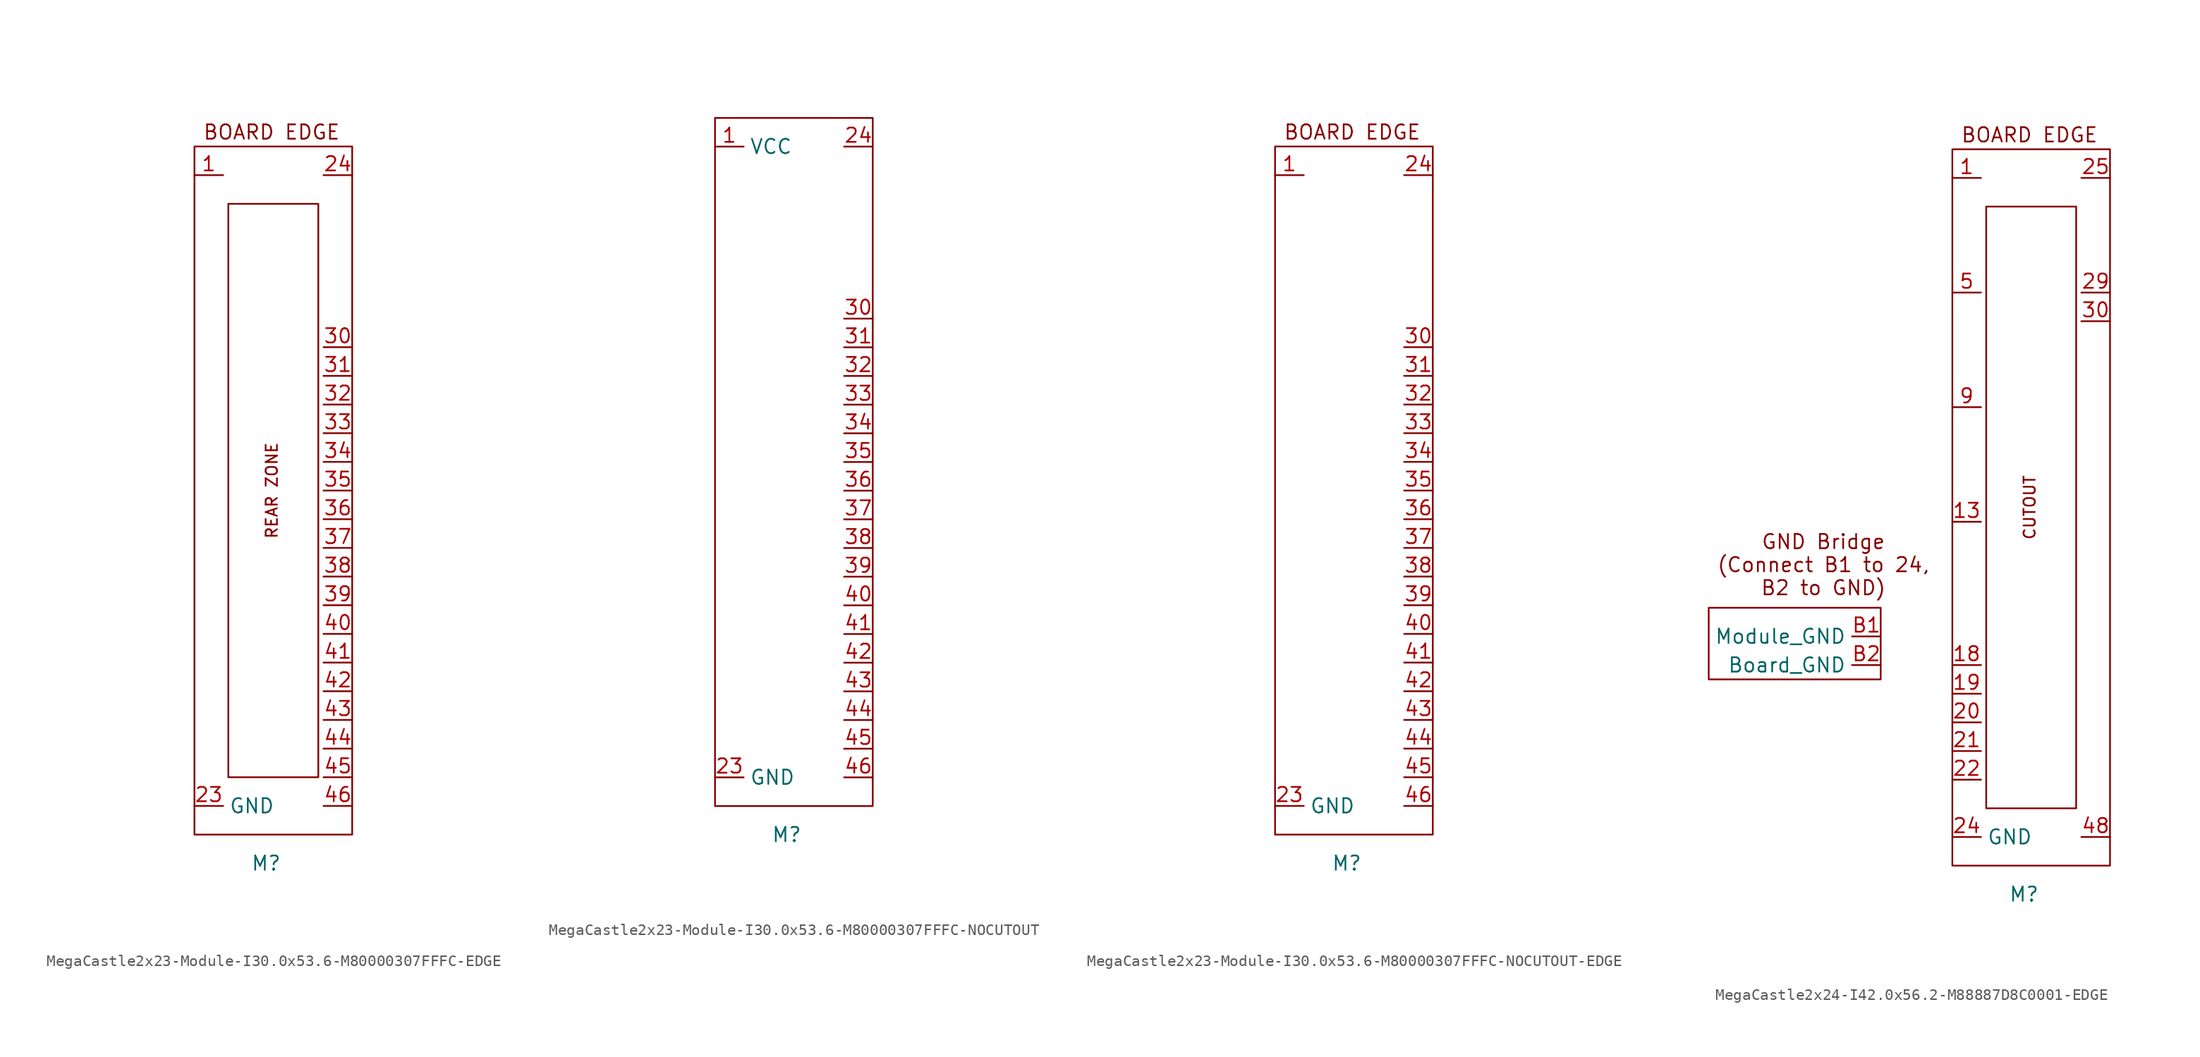
<source format=kicad_sym>
(kicad_symbol_lib
  (version 20241209)
  (generator "kicad_symbol_editor")
  (generator_version "9.0")
  (symbol "MegaCastle2x23-Module-I30.0x53.6-M80000307FFFC-EDGE"
    (property "Reference" "M"
      (at 0 -33.02 0)
      (effects (font (size 1.27 1.27))))
    (property "Value" ""
      (at 0 5.08 0)
      (effects (font (size 1.27 1.27))))
    (symbol "MegaCastle2x23-Module-I30.0x53.6-M80000307FFFC-EDGE_0_1"
      (rectangle (start -6.35 30.48) (end 7.62 -30.48) (stroke (width 0) (type default)) (fill (type none)))
      (rectangle (start -3.35 25.4) (end 4.62 -25.4) (stroke (width 0) (type default)) (fill (type none))))
    (symbol "MegaCastle2x23-Module-I30.0x53.6-M80000307FFFC-EDGE_1_1"
      (text " BOARD EDGE" (at 0 31.75 0) (effects (font (size 1.27 1.27))))
      (text "REAR ZONE" (at 0.5 0 900) (effects (font (size 1 1))))
      (pin bidirectional line (at -6.35 27.94 0) (length 2.54) (name "" (effects (font (size 1.27 1.27)))) (number "1" (effects (font (size 1.27 1.27)))))
      (pin bidirectional line (at -6.35 -27.94 0) (length 2.54) (name "GND" (effects (font (size 1.27 1.27)))) (number "23" (effects (font (size 1.27 1.27)))))
      (pin bidirectional line (at 7.62 27.94 180) (length 2.54) (name "" (effects (font (size 1.27 1.27)))) (number "24" (effects (font (size 1.27 1.27)))))
      (pin bidirectional line (at 7.62 12.7 180) (length 2.54) (name "" (effects (font (size 1.27 1.27)))) (number "30" (effects (font (size 1.27 1.27)))))
      (pin bidirectional line (at 7.62 10.16 180) (length 2.54) (name "" (effects (font (size 1.27 1.27)))) (number "31" (effects (font (size 1.27 1.27)))))
      (pin bidirectional line (at 7.62 7.62 180) (length 2.54) (name "" (effects (font (size 1.27 1.27)))) (number "32" (effects (font (size 1.27 1.27)))))
      (pin bidirectional line (at 7.62 5.08 180) (length 2.54) (name "" (effects (font (size 1.27 1.27)))) (number "33" (effects (font (size 1.27 1.27)))))
      (pin bidirectional line (at 7.62 2.54 180) (length 2.54) (name "" (effects (font (size 1.27 1.27)))) (number "34" (effects (font (size 1.27 1.27)))))
      (pin bidirectional line (at 7.62 0 180) (length 2.54) (name "" (effects (font (size 1.27 1.27)))) (number "35" (effects (font (size 1.27 1.27)))))
      (pin bidirectional line (at 7.62 -2.54 180) (length 2.54) (name "" (effects (font (size 1.27 1.27)))) (number "36" (effects (font (size 1.27 1.27)))))
      (pin bidirectional line (at 7.62 -5.08 180) (length 2.54) (name "" (effects (font (size 1.27 1.27)))) (number "37" (effects (font (size 1.27 1.27)))))
      (pin bidirectional line (at 7.62 -7.62 180) (length 2.54) (name "" (effects (font (size 1.27 1.27)))) (number "38" (effects (font (size 1.27 1.27)))))
      (pin bidirectional line (at 7.62 -10.16 180) (length 2.54) (name "" (effects (font (size 1.27 1.27)))) (number "39" (effects (font (size 1.27 1.27)))))
      (pin bidirectional line (at 7.62 -12.7 180) (length 2.54) (name "" (effects (font (size 1.27 1.27)))) (number "40" (effects (font (size 1.27 1.27)))))
      (pin bidirectional line (at 7.62 -15.24 180) (length 2.54) (name "" (effects (font (size 1.27 1.27)))) (number "41" (effects (font (size 1.27 1.27)))))
      (pin bidirectional line (at 7.62 -17.78 180) (length 2.54) (name "" (effects (font (size 1.27 1.27)))) (number "42" (effects (font (size 1.27 1.27)))))
      (pin bidirectional line (at 7.62 -20.32 180) (length 2.54) (name "" (effects (font (size 1.27 1.27)))) (number "43" (effects (font (size 1.27 1.27)))))
      (pin bidirectional line (at 7.62 -22.86 180) (length 2.54) (name "" (effects (font (size 1.27 1.27)))) (number "44" (effects (font (size 1.27 1.27)))))
      (pin bidirectional line (at 7.62 -25.4 180) (length 2.54) (name "" (effects (font (size 1.27 1.27)))) (number "45" (effects (font (size 1.27 1.27)))))
      (pin bidirectional line (at 7.62 -27.94 180) (length 2.54) (name "" (effects (font (size 1.27 1.27)))) (number "46" (effects (font (size 1.27 1.27)))))))
  (symbol "MegaCastle2x23-Module-I30.0x53.6-M80000307FFFC-NOCUTOUT"
    (property "Reference" "M"
      (at 0 -33.02 0)
      (effects (font (size 1.27 1.27))))
    (property "Value" ""
      (at 0 5.08 0)
      (effects (font (size 1.27 1.27))))
    (symbol "MegaCastle2x23-Module-I30.0x53.6-M80000307FFFC-NOCUTOUT_0_1"
      (rectangle (start -6.35 30.48) (end 7.62 -30.48) (stroke (width 0) (type default)) (fill (type none))))
    (symbol "MegaCastle2x23-Module-I30.0x53.6-M80000307FFFC-NOCUTOUT_1_1"
      (pin bidirectional line (at -6.35 27.94 0) (length 2.54) (name "VCC" (effects (font (size 1.27 1.27)))) (number "1" (effects (font (size 1.27 1.27)))))
      (pin bidirectional line (at -6.35 -27.94 0) (length 2.54) (name "GND" (effects (font (size 1.27 1.27)))) (number "23" (effects (font (size 1.27 1.27)))))
      (pin bidirectional line (at 7.62 27.94 180) (length 2.54) (name "" (effects (font (size 1.27 1.27)))) (number "24" (effects (font (size 1.27 1.27)))))
      (pin bidirectional line (at 7.62 12.7 180) (length 2.54) (name "" (effects (font (size 1.27 1.27)))) (number "30" (effects (font (size 1.27 1.27)))))
      (pin bidirectional line (at 7.62 10.16 180) (length 2.54) (name "" (effects (font (size 1.27 1.27)))) (number "31" (effects (font (size 1.27 1.27)))))
      (pin bidirectional line (at 7.62 7.62 180) (length 2.54) (name "" (effects (font (size 1.27 1.27)))) (number "32" (effects (font (size 1.27 1.27)))))
      (pin bidirectional line (at 7.62 5.08 180) (length 2.54) (name "" (effects (font (size 1.27 1.27)))) (number "33" (effects (font (size 1.27 1.27)))))
      (pin bidirectional line (at 7.62 2.54 180) (length 2.54) (name "" (effects (font (size 1.27 1.27)))) (number "34" (effects (font (size 1.27 1.27)))))
      (pin bidirectional line (at 7.62 0 180) (length 2.54) (name "" (effects (font (size 1.27 1.27)))) (number "35" (effects (font (size 1.27 1.27)))))
      (pin bidirectional line (at 7.62 -2.54 180) (length 2.54) (name "" (effects (font (size 1.27 1.27)))) (number "36" (effects (font (size 1.27 1.27)))))
      (pin bidirectional line (at 7.62 -5.08 180) (length 2.54) (name "" (effects (font (size 1.27 1.27)))) (number "37" (effects (font (size 1.27 1.27)))))
      (pin bidirectional line (at 7.62 -7.62 180) (length 2.54) (name "" (effects (font (size 1.27 1.27)))) (number "38" (effects (font (size 1.27 1.27)))))
      (pin bidirectional line (at 7.62 -10.16 180) (length 2.54) (name "" (effects (font (size 1.27 1.27)))) (number "39" (effects (font (size 1.27 1.27)))))
      (pin bidirectional line (at 7.62 -12.7 180) (length 2.54) (name "" (effects (font (size 1.27 1.27)))) (number "40" (effects (font (size 1.27 1.27)))))
      (pin bidirectional line (at 7.62 -15.24 180) (length 2.54) (name "" (effects (font (size 1.27 1.27)))) (number "41" (effects (font (size 1.27 1.27)))))
      (pin bidirectional line (at 7.62 -17.78 180) (length 2.54) (name "" (effects (font (size 1.27 1.27)))) (number "42" (effects (font (size 1.27 1.27)))))
      (pin bidirectional line (at 7.62 -20.32 180) (length 2.54) (name "" (effects (font (size 1.27 1.27)))) (number "43" (effects (font (size 1.27 1.27)))))
      (pin bidirectional line (at 7.62 -22.86 180) (length 2.54) (name "" (effects (font (size 1.27 1.27)))) (number "44" (effects (font (size 1.27 1.27)))))
      (pin bidirectional line (at 7.62 -25.4 180) (length 2.54) (name "" (effects (font (size 1.27 1.27)))) (number "45" (effects (font (size 1.27 1.27)))))
      (pin bidirectional line (at 7.62 -27.94 180) (length 2.54) (name "" (effects (font (size 1.27 1.27)))) (number "46" (effects (font (size 1.27 1.27)))))))
  (symbol "MegaCastle2x23-Module-I30.0x53.6-M80000307FFFC-NOCUTOUT-EDGE"
    (property "Reference" "M"
      (at 0 -33.02 0)
      (effects (font (size 1.27 1.27))))
    (property "Value" ""
      (at 0 5.08 0)
      (effects (font (size 1.27 1.27))))
    (symbol "MegaCastle2x23-Module-I30.0x53.6-M80000307FFFC-NOCUTOUT-EDGE_0_1"
      (rectangle (start -6.35 30.48) (end 7.62 -30.48) (stroke (width 0) (type default)) (fill (type none))))
    (symbol "MegaCastle2x23-Module-I30.0x53.6-M80000307FFFC-NOCUTOUT-EDGE_1_1"
      (text " BOARD EDGE" (at 0 31.75 0) (effects (font (size 1.27 1.27))))
      (pin bidirectional line (at -6.35 27.94 0) (length 2.54) (name "" (effects (font (size 1.27 1.27)))) (number "1" (effects (font (size 1.27 1.27)))))
      (pin bidirectional line (at -6.35 -27.94 0) (length 2.54) (name "GND" (effects (font (size 1.27 1.27)))) (number "23" (effects (font (size 1.27 1.27)))))
      (pin bidirectional line (at 7.62 27.94 180) (length 2.54) (name "" (effects (font (size 1.27 1.27)))) (number "24" (effects (font (size 1.27 1.27)))))
      (pin bidirectional line (at 7.62 12.7 180) (length 2.54) (name "" (effects (font (size 1.27 1.27)))) (number "30" (effects (font (size 1.27 1.27)))))
      (pin bidirectional line (at 7.62 10.16 180) (length 2.54) (name "" (effects (font (size 1.27 1.27)))) (number "31" (effects (font (size 1.27 1.27)))))
      (pin bidirectional line (at 7.62 7.62 180) (length 2.54) (name "" (effects (font (size 1.27 1.27)))) (number "32" (effects (font (size 1.27 1.27)))))
      (pin bidirectional line (at 7.62 5.08 180) (length 2.54) (name "" (effects (font (size 1.27 1.27)))) (number "33" (effects (font (size 1.27 1.27)))))
      (pin bidirectional line (at 7.62 2.54 180) (length 2.54) (name "" (effects (font (size 1.27 1.27)))) (number "34" (effects (font (size 1.27 1.27)))))
      (pin bidirectional line (at 7.62 0 180) (length 2.54) (name "" (effects (font (size 1.27 1.27)))) (number "35" (effects (font (size 1.27 1.27)))))
      (pin bidirectional line (at 7.62 -2.54 180) (length 2.54) (name "" (effects (font (size 1.27 1.27)))) (number "36" (effects (font (size 1.27 1.27)))))
      (pin bidirectional line (at 7.62 -5.08 180) (length 2.54) (name "" (effects (font (size 1.27 1.27)))) (number "37" (effects (font (size 1.27 1.27)))))
      (pin bidirectional line (at 7.62 -7.62 180) (length 2.54) (name "" (effects (font (size 1.27 1.27)))) (number "38" (effects (font (size 1.27 1.27)))))
      (pin bidirectional line (at 7.62 -10.16 180) (length 2.54) (name "" (effects (font (size 1.27 1.27)))) (number "39" (effects (font (size 1.27 1.27)))))
      (pin bidirectional line (at 7.62 -12.7 180) (length 2.54) (name "" (effects (font (size 1.27 1.27)))) (number "40" (effects (font (size 1.27 1.27)))))
      (pin bidirectional line (at 7.62 -15.24 180) (length 2.54) (name "" (effects (font (size 1.27 1.27)))) (number "41" (effects (font (size 1.27 1.27)))))
      (pin bidirectional line (at 7.62 -17.78 180) (length 2.54) (name "" (effects (font (size 1.27 1.27)))) (number "42" (effects (font (size 1.27 1.27)))))
      (pin bidirectional line (at 7.62 -20.32 180) (length 2.54) (name "" (effects (font (size 1.27 1.27)))) (number "43" (effects (font (size 1.27 1.27)))))
      (pin bidirectional line (at 7.62 -22.86 180) (length 2.54) (name "" (effects (font (size 1.27 1.27)))) (number "44" (effects (font (size 1.27 1.27)))))
      (pin bidirectional line (at 7.62 -25.4 180) (length 2.54) (name "" (effects (font (size 1.27 1.27)))) (number "45" (effects (font (size 1.27 1.27)))))
      (pin bidirectional line (at 7.62 -27.94 180) (length 2.54) (name "" (effects (font (size 1.27 1.27)))) (number "46" (effects (font (size 1.27 1.27)))))))
  (symbol "MegaCastle2x24-I42.0x56.2-M88887D8C0001-EDGE"
    (property "Reference" "M"
      (at 0 -34.29 0)
      (effects (font (size 1.27 1.27))))
    (property "Value" ""
      (at 0 5.08 0)
      (effects (font (size 1.27 1.27))))
    (symbol "MegaCastle2x24-I42.0x56.2-M88887D8C0001-EDGE_0_1"
      (rectangle (start -27.94 -8.89) (end -12.7 -15.24) (stroke (width 0) (type default)) (fill (type none)))
      (rectangle (start -6.35 31.75) (end 7.62 -31.75) (stroke (width 0) (type default)) (fill (type none)))
      (rectangle (start -3.35 26.67) (end 4.62 -26.67) (stroke (width 0) (type default)) (fill (type none))))
    (symbol "MegaCastle2x24-I42.0x56.2-M88887D8C0001-EDGE_1_1"
      (text "GND Bridge\n(Connect B1 to 24,\nB2 to GND)" (at -17.78 -5.08 0) (effects (font (size 1.27 1.27))))
      (text " BOARD EDGE" (at 0 33.02 0) (effects (font (size 1.27 1.27))))
      (text "CUTOUT" (at 0.5 0 900) (effects (font (size 1 1))))
      (pin bidirectional line (at -12.7 -11.43 180) (length 2.54) (name "Module_GND" (effects (font (size 1.27 1.27)))) (number "B1" (effects (font (size 1.27 1.27)))))
      (pin bidirectional line (at -12.7 -13.97 180) (length 2.54) (name "Board_GND" (effects (font (size 1.27 1.27)))) (number "B2" (effects (font (size 1.27 1.27)))))
      (pin bidirectional line (at -6.35 29.21 0) (length 2.54) (name "" (effects (font (size 1.27 1.27)))) (number "1" (effects (font (size 1.27 1.27)))))
      (pin bidirectional line (at -6.35 19.05 0) (length 2.54) (name "" (effects (font (size 1.27 1.27)))) (number "5" (effects (font (size 1.27 1.27)))))
      (pin bidirectional line (at -6.35 8.89 0) (length 2.54) (name "" (effects (font (size 1.27 1.27)))) (number "9" (effects (font (size 1.27 1.27)))))
      (pin bidirectional line (at -6.35 -1.27 0) (length 2.54) (name "" (effects (font (size 1.27 1.27)))) (number "13" (effects (font (size 1.27 1.27)))))
      (pin bidirectional line (at -6.35 -13.97 0) (length 2.54) (name "" (effects (font (size 1.27 1.27)))) (number "18" (effects (font (size 1.27 1.27)))))
      (pin bidirectional line (at -6.35 -16.51 0) (length 2.54) (name "" (effects (font (size 1.27 1.27)))) (number "19" (effects (font (size 1.27 1.27)))))
      (pin bidirectional line (at -6.35 -19.05 0) (length 2.54) (name "" (effects (font (size 1.27 1.27)))) (number "20" (effects (font (size 1.27 1.27)))))
      (pin bidirectional line (at -6.35 -21.59 0) (length 2.54) (name "" (effects (font (size 1.27 1.27)))) (number "21" (effects (font (size 1.27 1.27)))))
      (pin bidirectional line (at -6.35 -24.13 0) (length 2.54) (name "" (effects (font (size 1.27 1.27)))) (number "22" (effects (font (size 1.27 1.27)))))
      (pin bidirectional line (at -6.35 -29.21 0) (length 2.54) (name "GND" (effects (font (size 1.27 1.27)))) (number "24" (effects (font (size 1.27 1.27)))))
      (pin bidirectional line (at 7.62 29.21 180) (length 2.54) (name "" (effects (font (size 1.27 1.27)))) (number "25" (effects (font (size 1.27 1.27)))))
      (pin bidirectional line (at 7.62 19.05 180) (length 2.54) (name "" (effects (font (size 1.27 1.27)))) (number "29" (effects (font (size 1.27 1.27)))))
      (pin bidirectional line (at 7.62 16.51 180) (length 2.54) (name "" (effects (font (size 1.27 1.27)))) (number "30" (effects (font (size 1.27 1.27)))))
      (pin bidirectional line (at 7.62 -29.21 180) (length 2.54) (name "" (effects (font (size 1.27 1.27)))) (number "48" (effects (font (size 1.27 1.27))))))))
</source>
